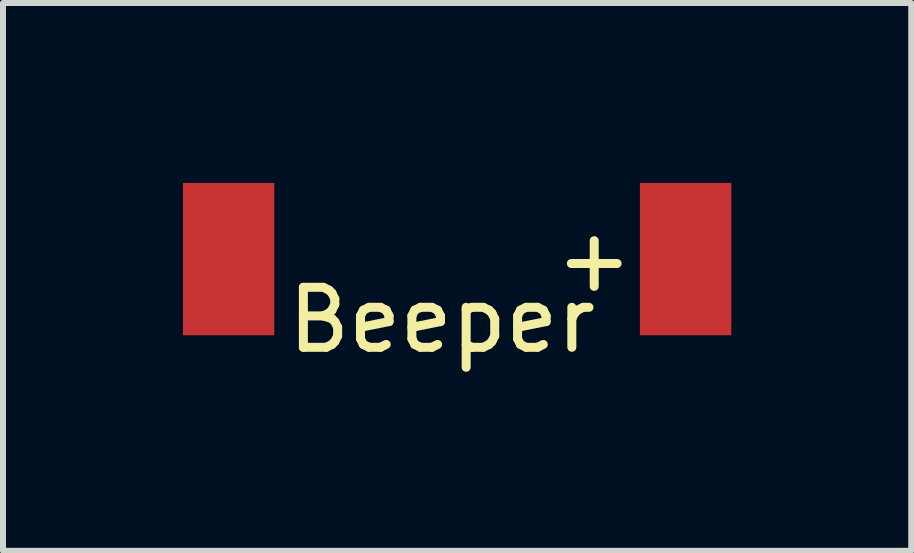
<source format=kicad_pcb>
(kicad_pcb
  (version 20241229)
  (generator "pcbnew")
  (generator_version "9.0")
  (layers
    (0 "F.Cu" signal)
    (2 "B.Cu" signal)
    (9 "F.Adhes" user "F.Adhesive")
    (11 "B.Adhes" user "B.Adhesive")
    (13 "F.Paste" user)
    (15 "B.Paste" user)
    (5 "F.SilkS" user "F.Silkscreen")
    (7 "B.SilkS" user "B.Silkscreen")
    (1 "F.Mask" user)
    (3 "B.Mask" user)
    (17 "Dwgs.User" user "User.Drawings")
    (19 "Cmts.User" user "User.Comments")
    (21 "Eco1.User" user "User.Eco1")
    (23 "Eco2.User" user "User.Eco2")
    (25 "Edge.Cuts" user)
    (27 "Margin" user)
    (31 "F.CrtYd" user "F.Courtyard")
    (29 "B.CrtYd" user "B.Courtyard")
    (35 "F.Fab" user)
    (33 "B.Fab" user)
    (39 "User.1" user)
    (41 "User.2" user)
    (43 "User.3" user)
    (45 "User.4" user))
  (footprint "Beeper"
    (layer "F.Cu")
    (at 4.572 1.27)
    (property "Reference" "Beeper" (at -0.254 1.016 0) (layer "F.SilkS") (effects (font (size 1 1) (thickness 0.15))))
    (attr through_hole)
    (fp_text user "+" (at 2.286 0 0) (layer "F.SilkS") (effects (font (size 1 1) (thickness 0.15))))
    (pad "1" smd rect (at 3.81 0) (size 1.524 2.54) (layers "F.Cu" "F.Mask" "F.Paste"))
    (pad "2" smd rect (at -3.81 0) (size 1.524 2.54) (layers "F.Cu" "F.Mask" "F.Paste")))
  (gr_rect
    (start -3 -3)
    (end 12.144 6.134)
    (stroke (width 0.1) (type default))
    (fill no)
    (layer "Edge.Cuts")))
</source>
